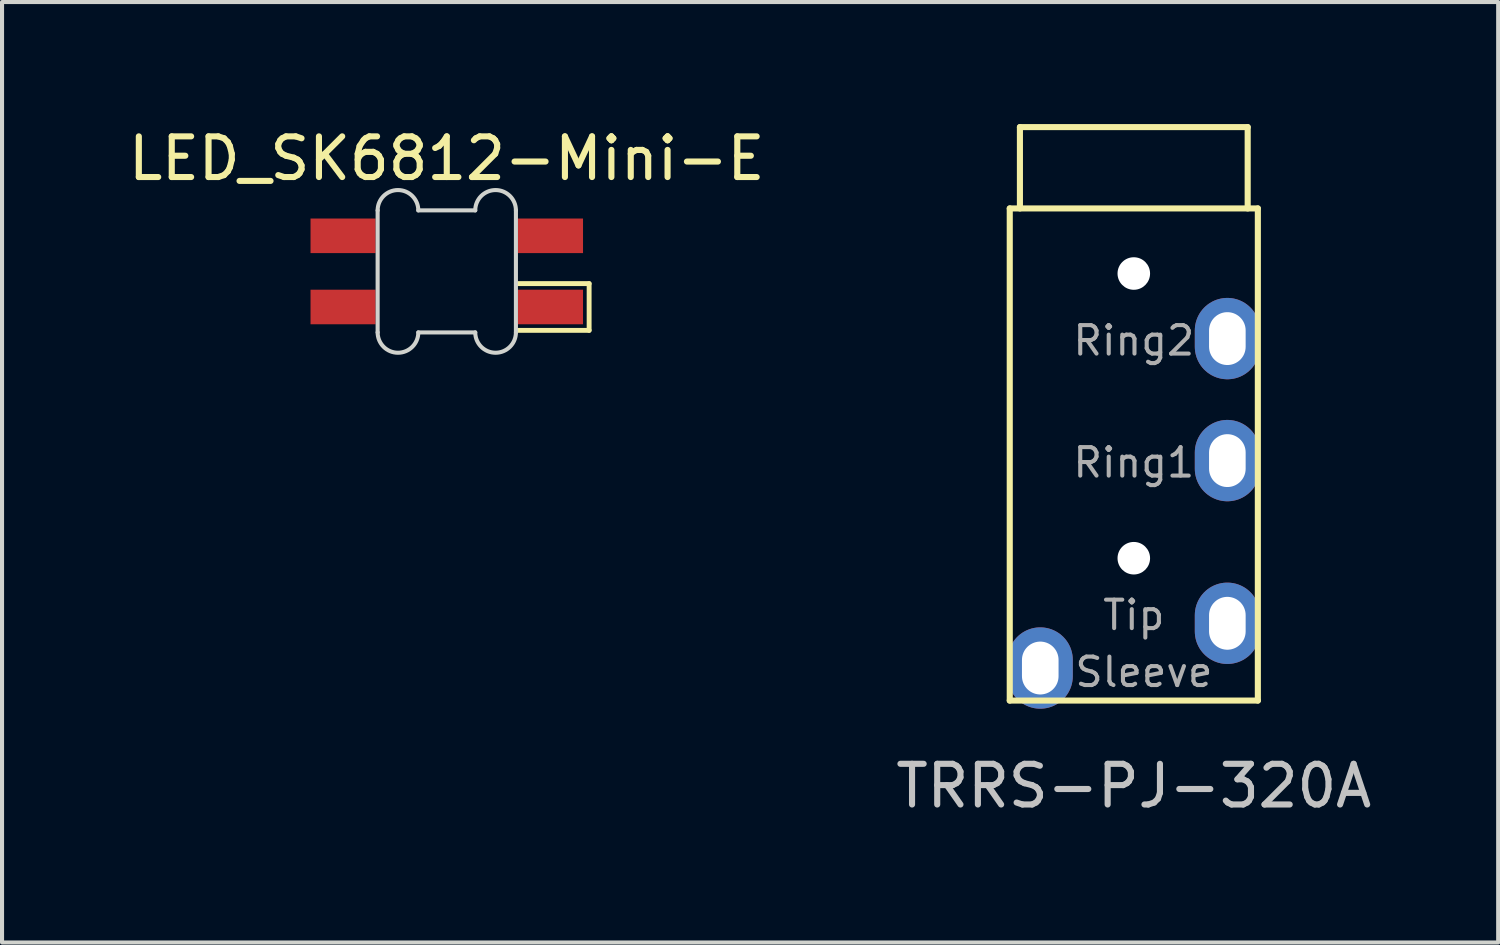
<source format=kicad_pcb>
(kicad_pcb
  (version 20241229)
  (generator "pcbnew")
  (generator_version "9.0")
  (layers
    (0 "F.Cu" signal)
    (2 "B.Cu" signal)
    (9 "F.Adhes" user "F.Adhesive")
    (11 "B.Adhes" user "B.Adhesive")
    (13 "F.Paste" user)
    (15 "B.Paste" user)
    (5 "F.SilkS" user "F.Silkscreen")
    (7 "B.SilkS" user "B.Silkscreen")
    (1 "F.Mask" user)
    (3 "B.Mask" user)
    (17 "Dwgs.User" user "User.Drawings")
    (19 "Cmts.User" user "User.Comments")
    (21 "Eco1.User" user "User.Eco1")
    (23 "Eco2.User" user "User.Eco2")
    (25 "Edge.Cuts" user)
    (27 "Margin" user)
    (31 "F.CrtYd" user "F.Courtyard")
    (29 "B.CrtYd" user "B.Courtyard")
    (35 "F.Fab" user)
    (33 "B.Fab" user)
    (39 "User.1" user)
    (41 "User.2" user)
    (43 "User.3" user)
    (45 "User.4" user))
  (footprint "LED_SK6812-Mini-E"
    (layer "F.Cu")
    (at 7.935 3.623)
    (property "Reference" "LED_SK6812-Mini-E" (at 0 -2.775 180) (layer "F.SilkS") (effects (font (size 1 1) (thickness 0.15))))
    (attr through_hole)
    (fp_line (start 3.5 0.3) (end 1.75 0.3) (stroke (width 0.12) (type solid)) (layer "F.SilkS"))
    (fp_line (start 3.5 1.45) (end 1.75 1.45) (stroke (width 0.12) (type solid)) (layer "F.SilkS"))
    (fp_line (start 3.5 1.45) (end 3.5 0.3) (stroke (width 0.12) (type solid)) (layer "F.SilkS"))
    (fp_line (start -1.7 1.5) (end -1.7 -1.5) (stroke (width 0.1) (type solid)) (layer "Edge.Cuts"))
    (fp_line (start -0.7 -1.5) (end 0.7 -1.5) (stroke (width 0.1) (type solid)) (layer "Edge.Cuts"))
    (fp_line (start -0.7 1.5) (end 0.7 1.5) (stroke (width 0.1) (type solid)) (layer "Edge.Cuts"))
    (fp_line (start 1.7 -1.5) (end 1.7 1.5) (stroke (width 0.1) (type solid)) (layer "Edge.Cuts"))
    (fp_arc (start -1.7 -1.5) (mid -1.2 -2) (end -0.7 -1.5) (stroke (width 0.1) (type solid)) (layer "Edge.Cuts"))
    (fp_arc (start -0.7 1.5) (mid -1.2 2) (end -1.7 1.5) (stroke (width 0.1) (type solid)) (layer "Edge.Cuts"))
    (fp_arc (start 0.7 -1.5) (mid 1.2 -2) (end 1.7 -1.5) (stroke (width 0.1) (type solid)) (layer "Edge.Cuts"))
    (fp_arc (start 1.7 1.5) (mid 1.2 2) (end 0.7 1.5) (stroke (width 0.1) (type solid)) (layer "Edge.Cuts"))
    (pad "1" smd rect (at -2.55 -0.875 180) (size 1.6 0.85) (layers "F.Cu" "F.Mask" "F.Paste"))
    (pad "2" smd rect (at -2.55 0.875) (size 1.6 0.85) (layers "F.Cu" "F.Mask" "F.Paste"))
    (pad "3" smd rect (at 2.55 0.875) (size 1.6 0.85) (layers "F.Cu" "F.Mask" "F.Paste"))
    (pad "4" smd rect (at 2.55 -0.875 180) (size 1.6 0.85) (layers "F.Cu" "F.Mask" "F.Paste")))
  (footprint "TRRS-PJ-320A"
    (layer "F.Cu")
    (at 24.827 2.075)
    (property "Reference" "TRRS-PJ-320A" (at 0 14.2 0) (layer "Dwgs.User") (effects (font (size 1 1) (thickness 0.15))))
    (attr through_hole)
    (fp_line (start -3.05 0) (end -3.05 12.1) (stroke (width 0.15) (type solid)) (layer "F.SilkS"))
    (fp_line (start -2.8 0) (end -2.8 -2) (stroke (width 0.15) (type solid)) (layer "F.SilkS"))
    (fp_line (start 2.8 -2) (end -2.8 -2) (stroke (width 0.15) (type solid)) (layer "F.SilkS"))
    (fp_line (start 2.8 0) (end 2.8 -2) (stroke (width 0.15) (type solid)) (layer "F.SilkS"))
    (fp_line (start 3.05 0) (end -3.05 0) (stroke (width 0.15) (type solid)) (layer "F.SilkS"))
    (fp_line (start 3.05 0) (end 3.05 12.1) (stroke (width 0.15) (type solid)) (layer "F.SilkS"))
    (fp_line (start 3.05 12.1) (end -3.05 12.1) (stroke (width 0.15) (type solid)) (layer "F.SilkS"))
    (fp_text user "Ring2" (at 0 3.25 0) (layer "F.Fab") (effects (font (size 0.7 0.7) (thickness 0.1))))
    (fp_text user "Tip" (at 0 10 0) (layer "F.Fab") (effects (font (size 0.7 0.7) (thickness 0.1))))
    (fp_text user "Sleeve" (at 0.25 11.4 0) (layer "F.Fab") (effects (font (size 0.7 0.7) (thickness 0.1))))
    (fp_text user "Ring1" (at 0 6.25 0) (layer "F.Fab") (effects (font (size 0.7 0.7) (thickness 0.1))))
    (pad "" np_thru_hole circle (at 0 1.6) (size 0.8 0.8) (drill 0.8) (layers "*.Cu" "*.Mask"))
    (pad "" np_thru_hole circle (at 0 8.6) (size 0.8 0.8) (drill 0.8) (layers "*.Cu" "*.Mask"))
    (pad "R1" thru_hole oval (at 2.3 6.2) (size 1.6 2) (drill oval 0.9 1.3) (layers "*.Cu" "*.Mask"))
    (pad "R2" thru_hole oval (at 2.3 3.2) (size 1.6 2) (drill oval 0.9 1.3) (layers "*.Cu" "*.Mask"))
    (pad "S" thru_hole oval (at -2.3 11.3) (size 1.6 2) (drill oval 0.9 1.3) (layers "*.Cu" "*.Mask"))
    (pad "T" thru_hole oval (at 2.3 10.2) (size 1.6 2) (drill oval 0.9 1.3) (layers "*.Cu" "*.Mask")))
  (gr_rect
    (start -3 -3)
    (end 33.786 20.123)
    (stroke (width 0.1) (type default))
    (fill no)
    (layer "Edge.Cuts")))
</source>
